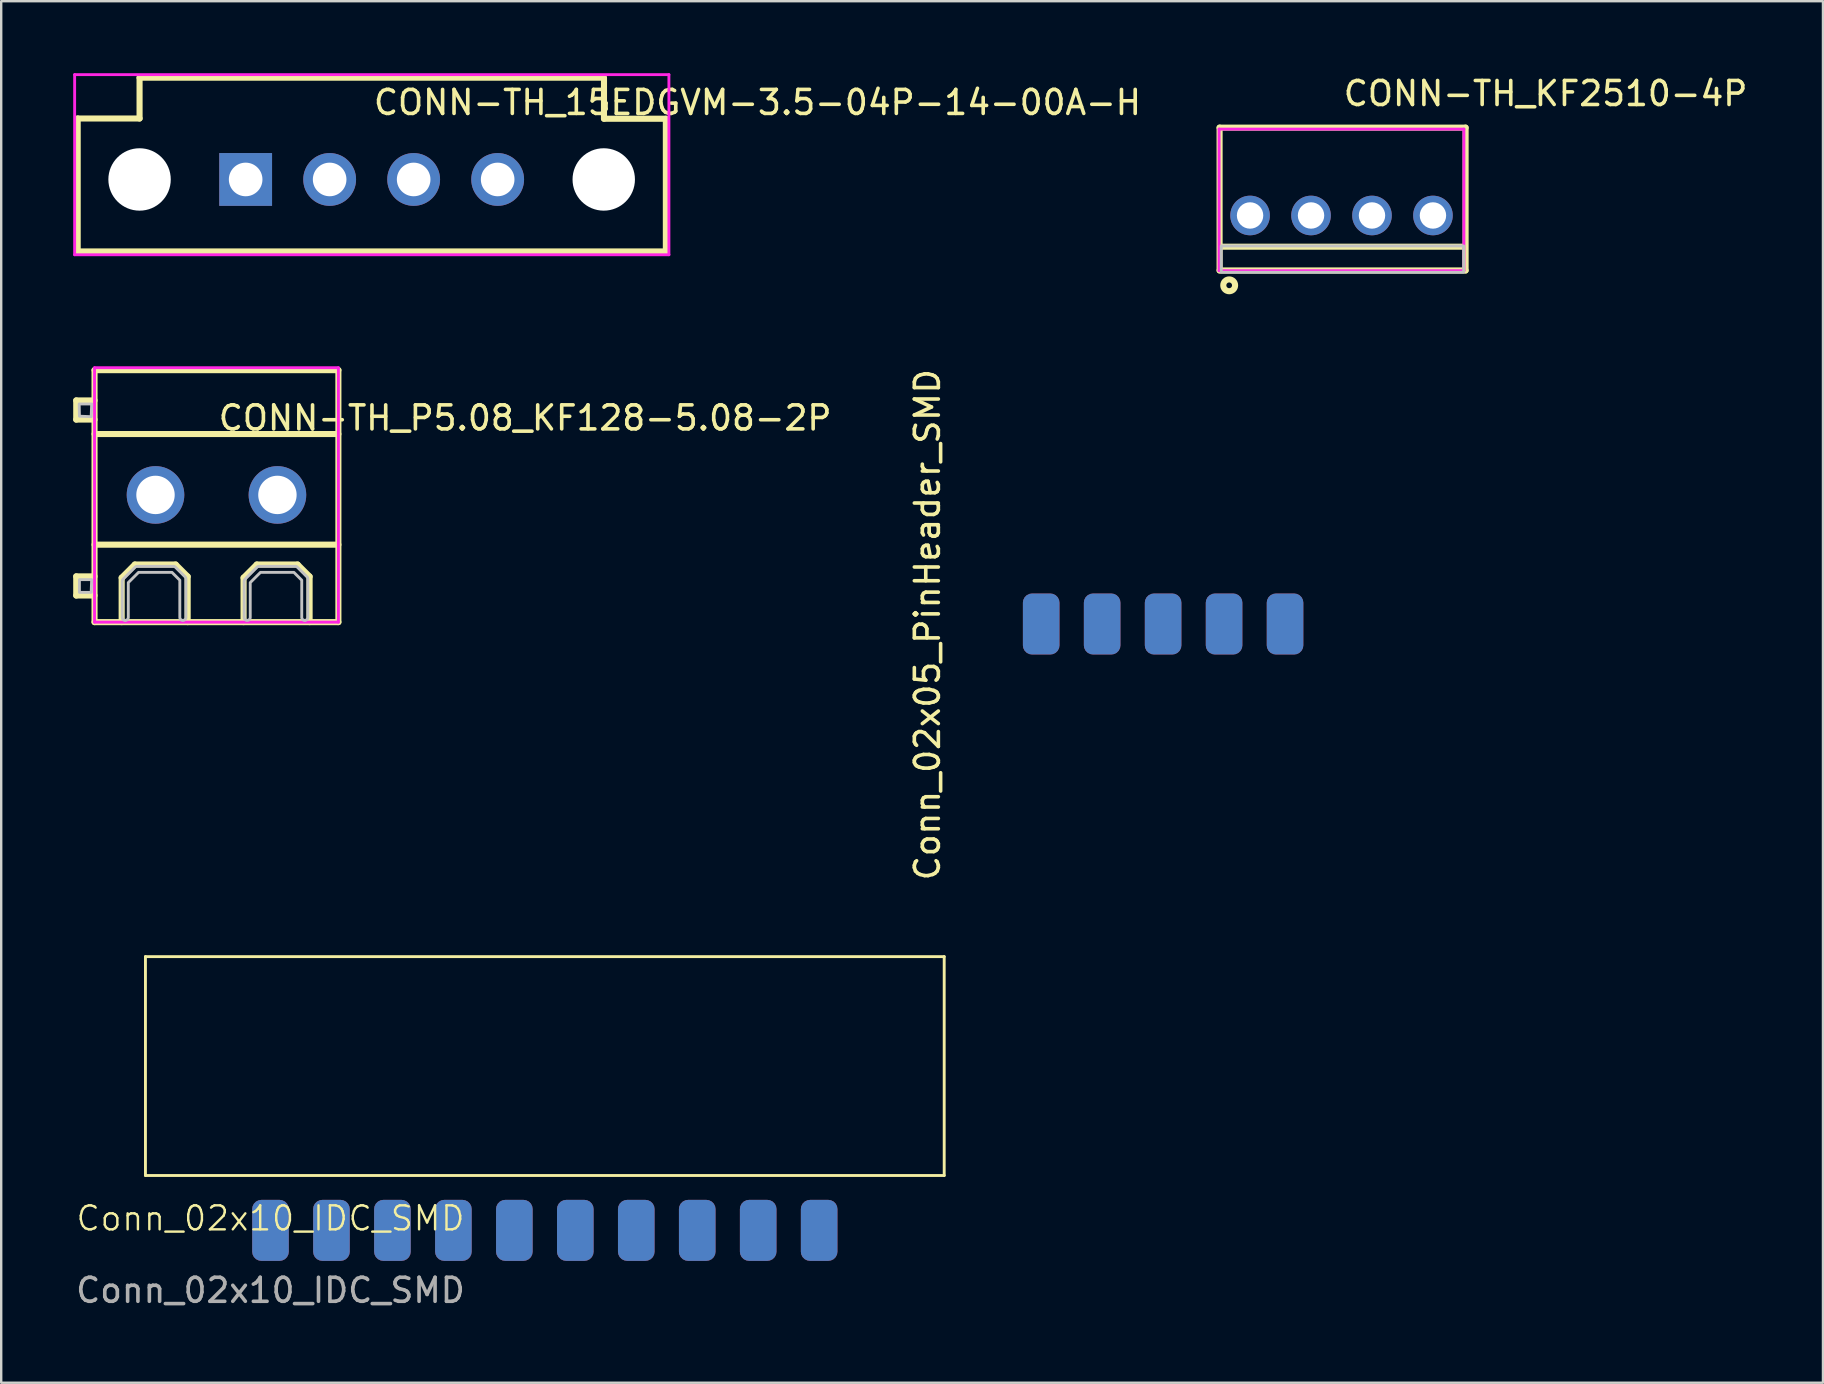
<source format=kicad_pcb>
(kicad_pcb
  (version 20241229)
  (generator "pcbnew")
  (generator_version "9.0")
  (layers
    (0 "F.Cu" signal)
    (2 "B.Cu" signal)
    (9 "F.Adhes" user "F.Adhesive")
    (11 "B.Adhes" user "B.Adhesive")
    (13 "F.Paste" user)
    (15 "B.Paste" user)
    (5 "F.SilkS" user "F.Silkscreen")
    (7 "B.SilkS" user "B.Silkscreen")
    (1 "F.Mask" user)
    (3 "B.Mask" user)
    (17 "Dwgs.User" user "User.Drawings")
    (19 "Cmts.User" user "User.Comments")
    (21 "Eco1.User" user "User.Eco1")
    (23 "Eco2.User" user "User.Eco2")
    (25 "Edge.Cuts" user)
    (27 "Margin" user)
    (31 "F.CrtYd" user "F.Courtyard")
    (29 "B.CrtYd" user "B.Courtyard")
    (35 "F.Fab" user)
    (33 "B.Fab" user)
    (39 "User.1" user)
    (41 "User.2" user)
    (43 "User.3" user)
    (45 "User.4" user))
  (footprint "CONN-TH_P5.08_KF128-5.08-2P"
    (layer "F.Cu")
    (at 5.969 17.571)
    (property "Reference" "CONN-TH_P5.08_KF128-5.08-2P" (at 0 -3.207 0) (layer "F.SilkS") (effects (font (size 1 1) (thickness 0.15)) (justify left)))
    (attr through_hole)
    (fp_line (start -5.842 -3.937) (end -5.842 -3.139) (stroke (width 0.254) (type solid)) (layer "F.SilkS"))
    (fp_line (start -5.842 -3.139) (end -5.08 -3.139) (stroke (width 0.254) (type solid)) (layer "F.SilkS"))
    (fp_line (start -5.842 3.393) (end -5.842 4.191) (stroke (width 0.254) (type solid)) (layer "F.SilkS"))
    (fp_line (start -5.842 4.191) (end -5.08 4.191) (stroke (width 0.254) (type solid)) (layer "F.SilkS"))
    (fp_line (start -5.08 -5.2) (end -5.08 5.3) (stroke (width 0.254) (type solid)) (layer "F.SilkS"))
    (fp_line (start -5.08 -5.2) (end 5.08 -5.2) (stroke (width 0.254) (type solid)) (layer "F.SilkS"))
    (fp_line (start -5.08 -3.937) (end -5.842 -3.937) (stroke (width 0.254) (type solid)) (layer "F.SilkS"))
    (fp_line (start -5.08 -2.537) (end 5.08 -2.537) (stroke (width 0.254) (type solid)) (layer "F.SilkS"))
    (fp_line (start -5.08 2.073) (end 5.08 2.073) (stroke (width 0.254) (type solid)) (layer "F.SilkS"))
    (fp_line (start -5.08 3.393) (end -5.842 3.393) (stroke (width 0.254) (type solid)) (layer "F.SilkS"))
    (fp_line (start -5.08 5.3) (end 5.08 5.3) (stroke (width 0.254) (type solid)) (layer "F.SilkS"))
    (fp_line (start -3.95 3.45) (end -3.4 2.9) (stroke (width 0.254) (type solid)) (layer "F.SilkS"))
    (fp_line (start -3.95 5.3) (end -3.95 3.45) (stroke (width 0.254) (type solid)) (layer "F.SilkS"))
    (fp_line (start -3.4 2.9) (end -1.7 2.9) (stroke (width 0.254) (type solid)) (layer "F.SilkS"))
    (fp_line (start -1.7 2.9) (end -1.2 3.4) (stroke (width 0.254) (type solid)) (layer "F.SilkS"))
    (fp_line (start -1.2 3.4) (end -1.2 5.3) (stroke (width 0.254) (type solid)) (layer "F.SilkS"))
    (fp_line (start 1.13 3.45) (end 1.68 2.9) (stroke (width 0.254) (type solid)) (layer "F.SilkS"))
    (fp_line (start 1.13 5.3) (end 1.13 3.45) (stroke (width 0.254) (type solid)) (layer "F.SilkS"))
    (fp_line (start 1.68 2.9) (end 3.38 2.9) (stroke (width 0.254) (type solid)) (layer "F.SilkS"))
    (fp_line (start 3.38 2.9) (end 3.88 3.4) (stroke (width 0.254) (type solid)) (layer "F.SilkS"))
    (fp_line (start 3.88 3.4) (end 3.88 5.3) (stroke (width 0.254) (type solid)) (layer "F.SilkS"))
    (fp_line (start 5.08 -5.2) (end 5.08 5.3) (stroke (width 0.254) (type solid)) (layer "F.SilkS"))
    (fp_poly (pts (xy -5.2 -3.79) (xy -5.72 -3.79) (xy -5.71 -3.28) (xy -5.22 -3.26)) (stroke (width 0.12) (type solid)) (fill no) (layer "Dwgs.User"))
    (fp_poly (pts (xy -5.2 3.53) (xy -5.71 3.53) (xy -5.71 4.06) (xy -5.22 4.06)) (stroke (width 0.12) (type solid)) (fill no) (layer "Dwgs.User"))
    (fp_poly (pts (xy -3.927 5.1) (xy -3.927 3.6) (xy -3.925 3.575) (xy -3.917 3.551) (xy -3.906 3.529) (xy -3.89 3.51) (xy -3.39 3.01) (xy -3.371 2.994) (xy -3.349 2.983) (xy -3.325 2.975) (xy -3.3 2.973) (xy -1.8 2.973) (xy -1.775 2.975) (xy -1.751 2.983) (xy -1.729 2.994) (xy -1.71 3.01) (xy -1.31 3.41) (xy -1.294 3.429) (xy -1.283 3.451) (xy -1.275 3.475) (xy -1.273 3.5) (xy -1.273 5.1) (xy -1.275 5.125) (xy -1.283 5.149) (xy -1.294 5.171) (xy -1.31 5.19) (xy -1.329 5.206) (xy -1.351 5.217) (xy -1.375 5.225) (xy -1.4 5.227) (xy -1.425 5.225) (xy -1.449 5.217) (xy -1.471 5.206) (xy -1.49 5.19) (xy -1.506 5.171) (xy -1.517 5.149) (xy -1.525 5.125) (xy -1.527 5.1) (xy -1.527 3.553) (xy -1.853 3.227) (xy -3.247 3.227) (xy -3.673 3.653) (xy -3.673 5.1) (xy -3.675 5.125) (xy -3.683 5.149) (xy -3.694 5.171) (xy -3.71 5.19) (xy -3.729 5.206) (xy -3.751 5.217) (xy -3.775 5.225) (xy -3.8 5.227) (xy -3.825 5.225) (xy -3.849 5.217) (xy -3.871 5.206) (xy -3.89 5.19) (xy -3.906 5.171) (xy -3.917 5.149) (xy -3.925 5.125) (xy -3.927 5.1)) (stroke (width 0.12) (type solid)) (fill no) (layer "Dwgs.User"))
    (fp_poly (pts (xy 1.153 5.1) (xy 1.153 3.6) (xy 1.155 3.575) (xy 1.163 3.551) (xy 1.174 3.529) (xy 1.19 3.51) (xy 1.69 3.01) (xy 1.709 2.994) (xy 1.731 2.983) (xy 1.755 2.975) (xy 1.78 2.973) (xy 3.28 2.973) (xy 3.305 2.975) (xy 3.329 2.983) (xy 3.351 2.994) (xy 3.37 3.01) (xy 3.77 3.41) (xy 3.786 3.429) (xy 3.797 3.451) (xy 3.805 3.475) (xy 3.807 3.5) (xy 3.807 5.1) (xy 3.805 5.125) (xy 3.797 5.149) (xy 3.786 5.171) (xy 3.77 5.19) (xy 3.751 5.206) (xy 3.729 5.217) (xy 3.705 5.225) (xy 3.68 5.227) (xy 3.655 5.225) (xy 3.631 5.217) (xy 3.609 5.206) (xy 3.59 5.19) (xy 3.574 5.171) (xy 3.563 5.149) (xy 3.555 5.125) (xy 3.553 5.1) (xy 3.553 3.553) (xy 3.227 3.227) (xy 1.833 3.227) (xy 1.407 3.653) (xy 1.407 5.1) (xy 1.405 5.125) (xy 1.397 5.149) (xy 1.386 5.171) (xy 1.37 5.19) (xy 1.351 5.206) (xy 1.329 5.217) (xy 1.305 5.225) (xy 1.28 5.227) (xy 1.255 5.225) (xy 1.231 5.217) (xy 1.209 5.206) (xy 1.19 5.19) (xy 1.174 5.171) (xy 1.163 5.149) (xy 1.155 5.125) (xy 1.153 5.1)) (stroke (width 0.12) (type solid)) (fill no) (layer "Dwgs.User"))
    (fp_circle (center -5.08 5.3) (end -5.05 5.3) (stroke (width 0.06) (type solid)) (fill no) (layer "Eco2.User"))
    (fp_line (start -5.08 -5.3) (end 5.08 -5.3) (stroke (width 0.12) (type solid)) (layer "F.CrtYd"))
    (fp_line (start -5.08 5.3) (end -5.08 -5.3) (stroke (width 0.12) (type solid)) (layer "F.CrtYd"))
    (fp_line (start 5.08 -5.3) (end 5.08 5.3) (stroke (width 0.12) (type solid)) (layer "F.CrtYd"))
    (fp_line (start 5.08 5.3) (end -5.08 5.3) (stroke (width 0.12) (type solid)) (layer "F.CrtYd"))
    (pad "1" thru_hole circle (at -2.54 0) (size 2.4 2.4) (drill 1.6) (layers "*.Cu" "*.Mask"))
    (pad "2" thru_hole circle (at 2.54 0) (size 2.4 2.4) (drill 1.6) (layers "*.Cu" "*.Mask")))
  (footprint "Conn_02x05_PinHeader_SMD"
    (layer "F.Cu")
    (at 40.331 22.949)
    (property "Reference" "Conn_02x05_PinHeader_SMD" (at -4.74 0.03 90) (layer "F.SilkS") (effects (font (size 1 1) (thickness 0.15))))
    (attr smd)
    (pad "1" smd roundrect (at 0 0) (size 1.524 2.54) (layers "F.Cu" "F.Mask" "F.Paste") (roundrect_rratio 0.25))
    (pad "2" smd roundrect (at 2.54 0) (size 1.524 2.54) (layers "F.Cu" "F.Mask" "F.Paste") (roundrect_rratio 0.25))
    (pad "3" smd roundrect (at 5.08 0) (size 1.524 2.54) (layers "F.Cu" "F.Mask" "F.Paste") (roundrect_rratio 0.25))
    (pad "4" smd roundrect (at 7.62 0) (size 1.524 2.54) (layers "F.Cu" "F.Mask" "F.Paste") (roundrect_rratio 0.25))
    (pad "5" smd roundrect (at 10.16 0) (size 1.524 2.54) (layers "F.Cu" "F.Mask" "F.Paste") (roundrect_rratio 0.25))
    (pad "6" smd roundrect (at 10.16 0) (size 1.524 2.54) (layers "*.Paste" "*.Mask" "B.Cu") (roundrect_rratio 0.25))
    (pad "7" smd roundrect (at 7.62 0) (size 1.524 2.54) (layers "*.Paste" "*.Mask" "B.Cu") (roundrect_rratio 0.25))
    (pad "8" smd roundrect (at 5.08 0) (size 1.524 2.54) (layers "*.Paste" "*.Mask" "B.Cu") (roundrect_rratio 0.25))
    (pad "9" smd roundrect (at 2.54 0) (size 1.524 2.54) (layers "*.Paste" "*.Mask" "B.Cu") (roundrect_rratio 0.25))
    (pad "10" smd roundrect (at 0 0) (size 1.524 2.54) (layers "*.Paste" "*.Mask" "B.Cu") (roundrect_rratio 0.25)))
  (footprint "CONN-TH_15EDGVM-3.5-04P-14-00A-H"
    (layer "F.Cu")
    (at 12.435 4.427)
    (property "Reference" "CONN-TH_15EDGVM-3.5-04P-14-00A-H" (at 0 -3.207 0) (layer "F.SilkS") (effects (font (size 1 1) (thickness 0.15)) (justify left)))
    (attr through_hole)
    (fp_line (start -12.248 -2.54) (end -12.248 3) (stroke (width 0.254) (type solid)) (layer "F.SilkS"))
    (fp_line (start -9.67 -4.24) (end -9.67 -2.54) (stroke (width 0.254) (type solid)) (layer "F.SilkS"))
    (fp_line (start -9.67 -2.54) (end -12.248 -2.54) (stroke (width 0.254) (type solid)) (layer "F.SilkS"))
    (fp_line (start 9.67 -4.24) (end -9.67 -4.24) (stroke (width 0.254) (type solid)) (layer "F.SilkS"))
    (fp_line (start 9.68 -4.23) (end 9.68 -2.53) (stroke (width 0.254) (type solid)) (layer "F.SilkS"))
    (fp_line (start 9.68 -2.53) (end 12.258 -2.53) (stroke (width 0.254) (type solid)) (layer "F.SilkS"))
    (fp_line (start 12.2 3) (end -12.2 3) (stroke (width 0.254) (type solid)) (layer "F.SilkS"))
    (fp_line (start 12.258 -2.53) (end 12.258 3.01) (stroke (width 0.254) (type solid)) (layer "F.SilkS"))
    (fp_circle (center -12.375 3.137) (end -12.345 3.137) (stroke (width 0.06) (type solid)) (fill no) (layer "Eco2.User"))
    (fp_line (start -12.375 -4.367) (end 12.385 -4.367) (stroke (width 0.12) (type solid)) (layer "F.CrtYd"))
    (fp_line (start -12.375 3.137) (end -12.375 -4.367) (stroke (width 0.12) (type solid)) (layer "F.CrtYd"))
    (fp_line (start 12.385 -4.367) (end 12.385 3.137) (stroke (width 0.12) (type solid)) (layer "F.CrtYd"))
    (fp_line (start 12.385 3.137) (end -12.375 3.137) (stroke (width 0.12) (type solid)) (layer "F.CrtYd"))
    (pad "" np_thru_hole circle (at -9.67 0) (size 2.6 2.6) (drill 2.6) (layers "*.Cu" "*.Mask"))
    (pad "" np_thru_hole circle (at 9.67 0) (size 2.6 2.6) (drill 2.6) (layers "*.Cu" "*.Mask"))
    (pad "1" thru_hole rect (at -5.25 0) (size 2.2 2.2) (drill 1.4) (layers "*.Cu" "*.Mask"))
    (pad "2" thru_hole circle (at -1.75 0) (size 2.2 2.2) (drill 1.4) (layers "*.Cu" "*.Mask"))
    (pad "3" thru_hole circle (at 1.75 0) (size 2.2 2.2) (drill 1.4) (layers "*.Cu" "*.Mask"))
    (pad "4" thru_hole circle (at 5.25 0) (size 2.2 2.2) (drill 1.4) (layers "*.Cu" "*.Mask")))
  (footprint "Conn_02x10_IDC_SMD"
    (layer "F.Cu")
    (at 8.22 48.213)
    (property "Reference" "Conn_02x10_IDC_SMD" (at 0 -0.5 0) (unlocked yes) (layer "F.SilkS") (effects (font (size 1 1) (thickness 0.1))))
    (attr smd)
    (fp_line (start -5.21 -11.406) (end 28.07 -11.406) (stroke (width 0.12) (type solid)) (layer "F.SilkS"))
    (fp_line (start -5.21 -2.286) (end -5.21 -11.406) (stroke (width 0.12) (type solid)) (layer "F.SilkS"))
    (fp_line (start 28.07 -11.406) (end 28.07 -2.286) (stroke (width 0.12) (type solid)) (layer "F.SilkS"))
    (fp_line (start 28.07 -2.286) (end -5.21 -2.286) (stroke (width 0.12) (type solid)) (layer "F.SilkS"))
    (fp_text user "${REFERENCE}" (at 0 2.5 0) (unlocked yes) (layer "F.Fab") (effects (font (size 1 1) (thickness 0.15))))
    (pad "1" smd roundrect (at 0 0) (size 1.524 2.54) (layers "F.Cu" "F.Mask") (roundrect_rratio 0.25))
    (pad "2" smd roundrect (at 0 0) (size 1.524 2.54) (layers "B.Cu" "B.Mask") (roundrect_rratio 0.25))
    (pad "3" smd roundrect (at 2.54 0) (size 1.524 2.54) (layers "F.Cu" "F.Mask") (roundrect_rratio 0.25))
    (pad "4" smd roundrect (at 2.54 0) (size 1.524 2.54) (layers "B.Cu" "B.Mask") (roundrect_rratio 0.25))
    (pad "5" smd roundrect (at 5.08 0) (size 1.524 2.54) (layers "F.Cu" "F.Mask") (roundrect_rratio 0.25))
    (pad "6" smd roundrect (at 5.08 0) (size 1.524 2.54) (layers "B.Cu" "B.Mask") (roundrect_rratio 0.25))
    (pad "7" smd roundrect (at 7.62 0) (size 1.524 2.54) (layers "F.Cu" "F.Mask") (roundrect_rratio 0.25))
    (pad "8" smd roundrect (at 7.62 0) (size 1.524 2.54) (layers "B.Cu" "B.Mask") (roundrect_rratio 0.25))
    (pad "9" smd roundrect (at 10.16 0) (size 1.524 2.54) (layers "F.Cu" "F.Mask") (roundrect_rratio 0.25))
    (pad "10" smd roundrect (at 10.16 0) (size 1.524 2.54) (layers "B.Cu" "B.Mask") (roundrect_rratio 0.25))
    (pad "11" smd roundrect (at 12.7 0) (size 1.524 2.54) (layers "F.Cu" "F.Mask") (roundrect_rratio 0.25))
    (pad "12" smd roundrect (at 12.7 0) (size 1.524 2.54) (layers "B.Cu" "B.Mask") (roundrect_rratio 0.25))
    (pad "13" smd roundrect (at 15.24 0) (size 1.524 2.54) (layers "F.Cu" "F.Mask") (roundrect_rratio 0.25))
    (pad "14" smd roundrect (at 15.24 0) (size 1.524 2.54) (layers "B.Cu" "B.Mask") (roundrect_rratio 0.25))
    (pad "15" smd roundrect (at 17.78 0) (size 1.524 2.54) (layers "F.Cu" "F.Mask") (roundrect_rratio 0.25))
    (pad "16" smd roundrect (at 17.78 0) (size 1.524 2.54) (layers "B.Cu" "B.Mask") (roundrect_rratio 0.25))
    (pad "17" smd roundrect (at 20.32 0) (size 1.524 2.54) (layers "F.Cu" "F.Mask") (roundrect_rratio 0.25))
    (pad "18" smd roundrect (at 20.32 0) (size 1.524 2.54) (layers "B.Cu" "B.Mask") (roundrect_rratio 0.25))
    (pad "19" smd roundrect (at 22.86 0) (size 1.524 2.54) (layers "F.Cu" "F.Mask") (roundrect_rratio 0.25))
    (pad "20" smd roundrect (at 22.86 0) (size 1.524 2.54) (layers "B.Cu" "B.Mask") (roundrect_rratio 0.25)))
  (footprint "CONN-TH_KF2510-4P"
    (layer "F.Cu")
    (at 52.844 5.928)
    (property "Reference" "CONN-TH_KF2510-4P" (at 0 -5.08 0) (layer "F.SilkS") (effects (font (size 1 1) (thickness 0.15)) (justify left)))
    (attr through_hole)
    (fp_line (start -5.08 -3.66) (end 5.17 -3.66) (stroke (width 0.254) (type solid)) (layer "F.SilkS"))
    (fp_line (start -5.08 2.29) (end -5.08 -3.66) (stroke (width 0.254) (type solid)) (layer "F.SilkS"))
    (fp_line (start -5 1.3) (end 5.1 1.3) (stroke (width 0.254) (type solid)) (layer "F.SilkS"))
    (fp_line (start 5.17 -3.66) (end 5.17 2.29) (stroke (width 0.254) (type solid)) (layer "F.SilkS"))
    (fp_line (start 5.17 2.29) (end -5.08 2.29) (stroke (width 0.254) (type solid)) (layer "F.SilkS"))
    (fp_circle (center -4.68 2.91) (end -4.434 2.91) (stroke (width 0.254) (type solid)) (fill no) (layer "F.SilkS"))
    (fp_poly (pts (xy -5.012 1.269) (xy 5.088 1.269) (xy 5.088 2.369) (xy -5.012 2.369) (xy -5.012 1.869)) (stroke (width 0.12) (type solid)) (fill no) (layer "Dwgs.User"))
    (fp_circle (center -5.1 2.3) (end -5.07 2.3) (stroke (width 0.06) (type solid)) (fill no) (layer "Eco2.User"))
    (fp_line (start -5.1 -3.6) (end 5.1 -3.6) (stroke (width 0.12) (type solid)) (layer "F.CrtYd"))
    (fp_line (start -5.1 2.3) (end -5.1 -3.6) (stroke (width 0.12) (type solid)) (layer "F.CrtYd"))
    (fp_line (start 5.1 -3.6) (end 5.1 2.3) (stroke (width 0.12) (type solid)) (layer "F.CrtYd"))
    (fp_line (start 5.1 2.3) (end -5.1 2.3) (stroke (width 0.12) (type solid)) (layer "F.CrtYd"))
    (pad "1" thru_hole circle (at -3.81 0) (size 1.65 1.65) (drill 1.1) (layers "*.Cu" "*.Mask"))
    (pad "2" thru_hole circle (at -1.27 0) (size 1.65 1.65) (drill 1.1) (layers "*.Cu" "*.Mask"))
    (pad "3" thru_hole circle (at 1.27 0) (size 1.65 1.65) (drill 1.1) (layers "*.Cu" "*.Mask"))
    (pad "4" thru_hole circle (at 3.81 0) (size 1.65 1.65) (drill 1.1) (layers "*.Cu" "*.Mask")))
  (gr_rect
    (start -3 -3)
    (end 72.904 54.561)
    (stroke (width 0.1) (type default))
    (fill no)
    (layer "Edge.Cuts")))
</source>
